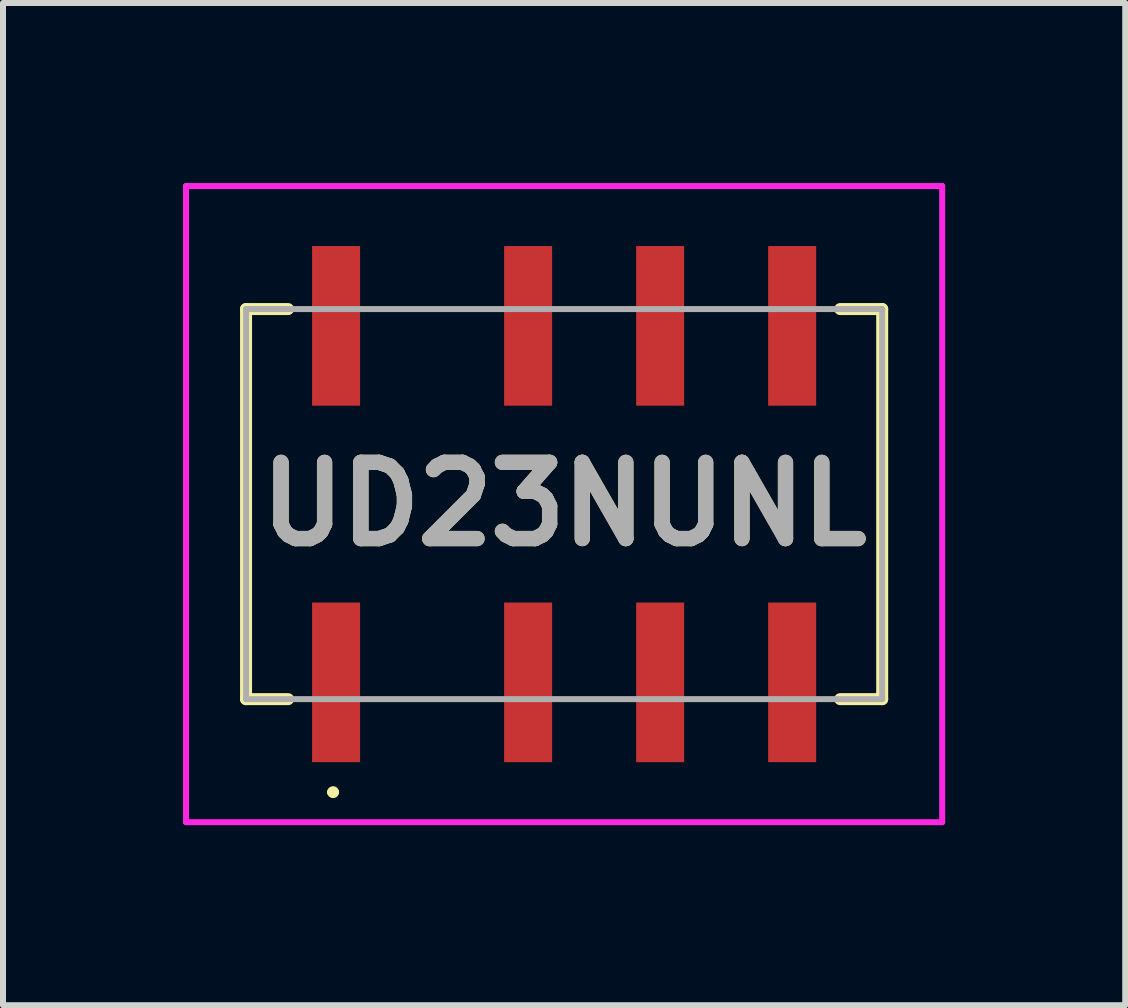
<source format=kicad_pcb>
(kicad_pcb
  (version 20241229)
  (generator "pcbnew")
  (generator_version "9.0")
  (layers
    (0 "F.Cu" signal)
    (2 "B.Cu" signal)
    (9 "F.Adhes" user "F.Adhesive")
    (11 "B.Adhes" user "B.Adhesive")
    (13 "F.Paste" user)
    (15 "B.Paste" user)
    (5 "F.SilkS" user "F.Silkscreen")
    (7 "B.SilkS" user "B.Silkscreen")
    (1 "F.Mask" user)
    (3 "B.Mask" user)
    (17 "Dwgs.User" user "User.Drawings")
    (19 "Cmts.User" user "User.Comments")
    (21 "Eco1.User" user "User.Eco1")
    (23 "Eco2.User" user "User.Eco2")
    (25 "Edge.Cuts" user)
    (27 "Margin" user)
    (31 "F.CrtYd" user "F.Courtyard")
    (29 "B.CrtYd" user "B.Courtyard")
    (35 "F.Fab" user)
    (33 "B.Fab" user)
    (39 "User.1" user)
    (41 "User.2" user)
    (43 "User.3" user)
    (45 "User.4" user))
  (footprint "UD23NUNL"
    (layer "F.Cu")
    (at 6.35 5.35)
    (property "Reference" "UD23NUNL" (at 0 0 0) (layer "F.SilkS") (effects (font (size 1.27 1.27) (thickness 0.254))))
    (attr smd)
    (fp_line (start -5.3 -3.25) (end -4.6 -3.25) (stroke (width 0.2) (type solid)) (layer "F.SilkS"))
    (fp_line (start -5.3 3.25) (end -5.3 -3.25) (stroke (width 0.2) (type solid)) (layer "F.SilkS"))
    (fp_line (start -4.6 3.25) (end -5.3 3.25) (stroke (width 0.2) (type solid)) (layer "F.SilkS"))
    (fp_line (start -3.9 4.8) (end -3.9 4.8) (stroke (width 0.1) (type solid)) (layer "F.SilkS"))
    (fp_line (start -3.8 4.8) (end -3.8 4.8) (stroke (width 0.1) (type solid)) (layer "F.SilkS"))
    (fp_line (start 4.6 3.25) (end 5.3 3.25) (stroke (width 0.2) (type solid)) (layer "F.SilkS"))
    (fp_line (start 5.3 -3.25) (end 4.6 -3.25) (stroke (width 0.2) (type solid)) (layer "F.SilkS"))
    (fp_line (start 5.3 3.25) (end 5.3 -3.25) (stroke (width 0.2) (type solid)) (layer "F.SilkS"))
    (fp_arc (start -3.9 4.8) (mid -3.85 4.75) (end -3.8 4.8) (stroke (width 0.1) (type solid)) (layer "F.SilkS"))
    (fp_arc (start -3.8 4.8) (mid -3.85 4.85) (end -3.9 4.8) (stroke (width 0.1) (type solid)) (layer "F.SilkS"))
    (fp_line (start -6.3 -5.3) (end -6.3 5.3) (stroke (width 0.1) (type solid)) (layer "F.CrtYd"))
    (fp_line (start -6.3 5.3) (end 6.3 5.3) (stroke (width 0.1) (type solid)) (layer "F.CrtYd"))
    (fp_line (start 6.3 -5.3) (end -6.3 -5.3) (stroke (width 0.1) (type solid)) (layer "F.CrtYd"))
    (fp_line (start 6.3 5.3) (end 6.3 -5.3) (stroke (width 0.1) (type solid)) (layer "F.CrtYd"))
    (fp_line (start -5.3 -3.25) (end -5.3 3.25) (stroke (width 0.1) (type solid)) (layer "F.Fab"))
    (fp_line (start -5.3 3.25) (end 5.3 3.25) (stroke (width 0.1) (type solid)) (layer "F.Fab"))
    (fp_line (start 5.3 -3.25) (end -5.3 -3.25) (stroke (width 0.1) (type solid)) (layer "F.Fab"))
    (fp_line (start 5.3 3.25) (end 5.3 -3.25) (stroke (width 0.1) (type solid)) (layer "F.Fab"))
    (fp_text user "${REFERENCE}" (at 0 0 0) (layer "F.Fab") (effects (font (size 1.27 1.27) (thickness 0.254))))
    (pad "1" smd rect (at -3.8 2.97) (size 0.8 2.66) (layers "F.Cu" "F.Mask" "F.Paste"))
    (pad "2" smd rect (at -0.6 2.97) (size 0.8 2.66) (layers "F.Cu" "F.Mask" "F.Paste"))
    (pad "3" smd rect (at 1.6 2.97) (size 0.8 2.66) (layers "F.Cu" "F.Mask" "F.Paste"))
    (pad "4" smd rect (at 3.8 2.97) (size 0.8 2.66) (layers "F.Cu" "F.Mask" "F.Paste"))
    (pad "5" smd rect (at 3.8 -2.97) (size 0.8 2.66) (layers "F.Cu" "F.Mask" "F.Paste"))
    (pad "6" smd rect (at 1.6 -2.97) (size 0.8 2.66) (layers "F.Cu" "F.Mask" "F.Paste"))
    (pad "7" smd rect (at -0.6 -2.97) (size 0.8 2.66) (layers "F.Cu" "F.Mask" "F.Paste"))
    (pad "8" smd rect (at -3.8 -2.97) (size 0.8 2.66) (layers "F.Cu" "F.Mask" "F.Paste")))
  (gr_rect
    (start -3 -3)
    (end 15.7 13.7)
    (stroke (width 0.1) (type default))
    (fill no)
    (layer "Edge.Cuts")))
</source>
